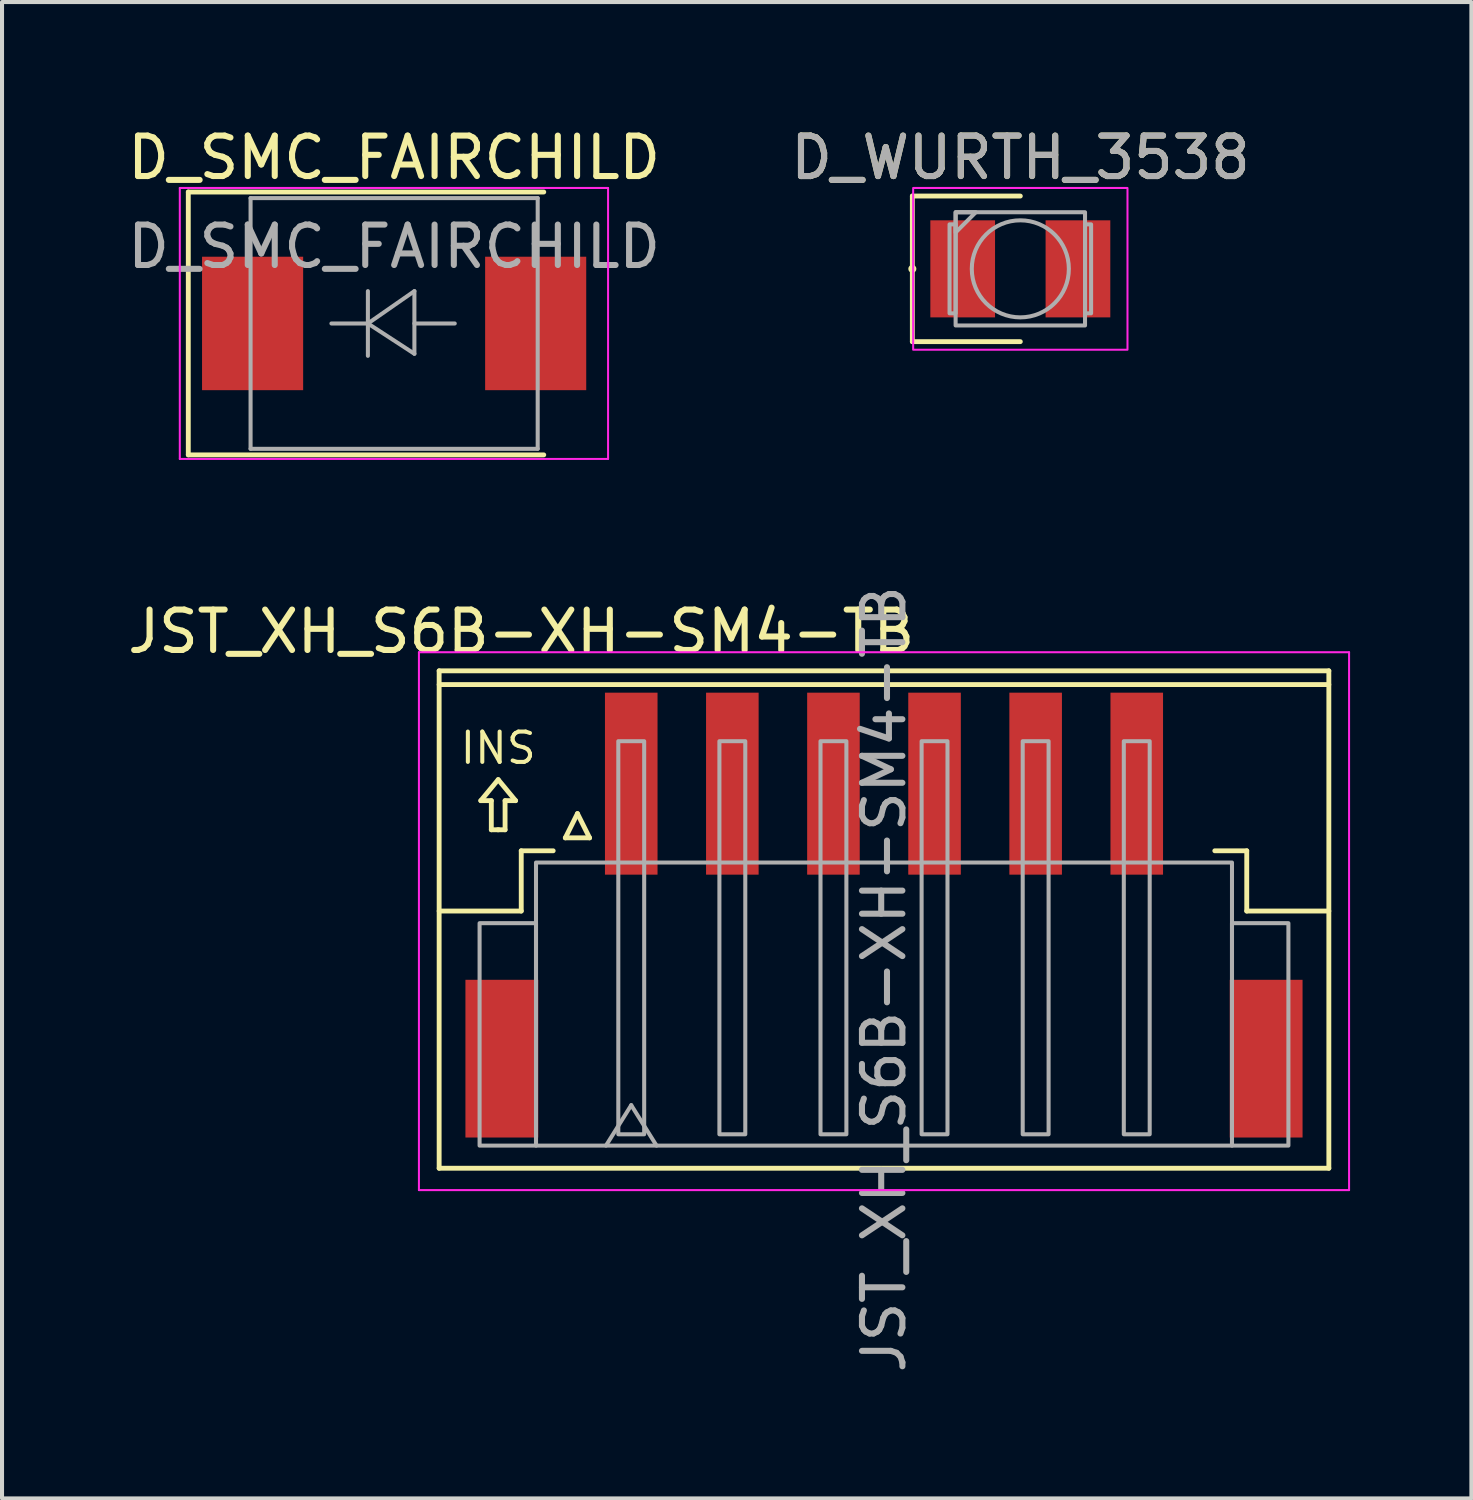
<source format=kicad_pcb>
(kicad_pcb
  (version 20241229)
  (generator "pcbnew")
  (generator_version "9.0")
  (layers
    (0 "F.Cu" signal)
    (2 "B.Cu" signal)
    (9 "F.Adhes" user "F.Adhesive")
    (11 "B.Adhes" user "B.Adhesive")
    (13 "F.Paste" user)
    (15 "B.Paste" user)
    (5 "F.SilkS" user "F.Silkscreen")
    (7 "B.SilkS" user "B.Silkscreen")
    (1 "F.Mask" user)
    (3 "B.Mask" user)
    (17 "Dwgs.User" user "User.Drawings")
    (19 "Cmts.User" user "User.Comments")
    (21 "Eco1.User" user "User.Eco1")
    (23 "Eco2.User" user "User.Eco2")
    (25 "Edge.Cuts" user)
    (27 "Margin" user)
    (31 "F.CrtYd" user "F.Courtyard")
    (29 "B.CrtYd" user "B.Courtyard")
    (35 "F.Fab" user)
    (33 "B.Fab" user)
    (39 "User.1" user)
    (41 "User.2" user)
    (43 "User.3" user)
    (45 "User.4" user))
  (footprint "JST_XH_S6B-XH-SM4-TB"
    (layer "F.Cu")
    (at 18.809 25.278)
    (property "Reference" "JST_XH_S6B-XH-SM4-TB" (at -8.97 -12.71 0) (layer "F.SilkS") (effects (font (size 1 1) (thickness 0.15))))
    (attr through_hole)
    (fp_line (start -11 -11.74) (end 11 -11.74) (stroke (width 0.12) (type solid)) (layer "F.SilkS"))
    (fp_line (start -11 -11.4) (end 11 -11.4) (stroke (width 0.12) (type solid)) (layer "F.SilkS"))
    (fp_line (start -11 -5.8) (end -8.97 -5.8) (stroke (width 0.12) (type solid)) (layer "F.SilkS"))
    (fp_line (start -11 0.56) (end -11 -11.74) (stroke (width 0.12) (type solid)) (layer "F.SilkS"))
    (fp_line (start -11 0.56) (end 11 0.56) (stroke (width 0.12) (type solid)) (layer "F.SilkS"))
    (fp_line (start -9.97 -8.53) (end -9.71 -8.53) (stroke (width 0.12) (type solid)) (layer "F.SilkS"))
    (fp_line (start -9.71 -8.53) (end -9.71 -7.81) (stroke (width 0.12) (type solid)) (layer "F.SilkS"))
    (fp_line (start -9.71 -7.81) (end -9.53 -7.81) (stroke (width 0.12) (type solid)) (layer "F.SilkS"))
    (fp_line (start -9.54 -9.05) (end -9.97 -8.53) (stroke (width 0.12) (type solid)) (layer "F.SilkS"))
    (fp_line (start -9.54 -9.05) (end -9.11 -8.53) (stroke (width 0.12) (type solid)) (layer "F.SilkS"))
    (fp_line (start -9.37 -8.53) (end -9.37 -7.81) (stroke (width 0.12) (type solid)) (layer "F.SilkS"))
    (fp_line (start -9.37 -7.81) (end -9.55 -7.81) (stroke (width 0.12) (type solid)) (layer "F.SilkS"))
    (fp_line (start -9.11 -8.53) (end -9.37 -8.53) (stroke (width 0.12) (type solid)) (layer "F.SilkS"))
    (fp_line (start -8.97 -7.29) (end -8.18 -7.29) (stroke (width 0.12) (type solid)) (layer "F.SilkS"))
    (fp_line (start -8.97 -5.8) (end -8.97 -7.29) (stroke (width 0.12) (type solid)) (layer "F.SilkS"))
    (fp_line (start -7.88 -7.61) (end -7.28 -7.61) (stroke (width 0.12) (type solid)) (layer "F.SilkS"))
    (fp_line (start -7.58 -8.21) (end -7.88 -7.61) (stroke (width 0.12) (type solid)) (layer "F.SilkS"))
    (fp_line (start -7.28 -7.61) (end -7.58 -8.21) (stroke (width 0.12) (type solid)) (layer "F.SilkS"))
    (fp_line (start 8.97 -7.29) (end 8.18 -7.29) (stroke (width 0.12) (type solid)) (layer "F.SilkS"))
    (fp_line (start 8.97 -5.8) (end 8.97 -7.29) (stroke (width 0.12) (type solid)) (layer "F.SilkS"))
    (fp_line (start 11 -5.8) (end 8.97 -5.8) (stroke (width 0.12) (type solid)) (layer "F.SilkS"))
    (fp_line (start 11 0.56) (end 11 -11.74) (stroke (width 0.12) (type solid)) (layer "F.SilkS"))
    (fp_line (start -11.5 -12.2) (end 11.5 -12.2) (stroke (width 0.05) (type solid)) (layer "F.CrtYd"))
    (fp_line (start -11.5 1.1) (end -11.5 -12.2) (stroke (width 0.05) (type solid)) (layer "F.CrtYd"))
    (fp_line (start 11.5 1.1) (end -11.5 1.1) (stroke (width 0.05) (type solid)) (layer "F.CrtYd"))
    (fp_line (start 11.5 1.1) (end 11.5 -12.2) (stroke (width 0.05) (type solid)) (layer "F.CrtYd"))
    (fp_line (start -6.875 0) (end -6.25 -1) (stroke (width 0.1) (type solid)) (layer "F.Fab"))
    (fp_line (start -6.25 -1) (end -5.625 0) (stroke (width 0.1) (type solid)) (layer "F.Fab"))
    (fp_rect (start -10 0) (end -8.605 -5.5) (stroke (width 0.1) (type solid)) (fill no) (layer "F.Fab"))
    (fp_rect (start -8.605 0) (end 8.605 -7) (stroke (width 0.1) (type solid)) (fill no) (layer "F.Fab"))
    (fp_rect (start -6.57 -0.28) (end -5.93 -10) (stroke (width 0.1) (type solid)) (fill no) (layer "F.Fab"))
    (fp_rect (start -4.07 -0.28) (end -3.43 -10) (stroke (width 0.1) (type solid)) (fill no) (layer "F.Fab"))
    (fp_rect (start -1.57 -0.28) (end -0.93 -10) (stroke (width 0.1) (type solid)) (fill no) (layer "F.Fab"))
    (fp_rect (start 0.93 -0.28) (end 1.57 -10) (stroke (width 0.1) (type solid)) (fill no) (layer "F.Fab"))
    (fp_rect (start 3.43 -0.28) (end 4.07 -10) (stroke (width 0.1) (type solid)) (fill no) (layer "F.Fab"))
    (fp_rect (start 5.93 -0.28) (end 6.57 -10) (stroke (width 0.1) (type solid)) (fill no) (layer "F.Fab"))
    (fp_rect (start 8.605 0) (end 10 -5.5) (stroke (width 0.1) (type solid)) (fill no) (layer "F.Fab"))
    (fp_text user "INS" (at -9.54 -9.83 0) (unlocked yes) (layer "F.SilkS") (effects (font (size 0.75 0.75) (thickness 0.1))))
    (fp_text user "${REFERENCE}" (at 0 -4.115 270) (layer "F.Fab") (effects (font (size 1 1) (thickness 0.15))))
    (pad "" smd rect (at -9.45 -2.15) (size 1.8 3.9) (layers "F.Cu" "F.Mask" "F.Paste"))
    (pad "" smd rect (at 9.45 -2.15) (size 1.8 3.9) (layers "F.Cu" "F.Mask" "F.Paste"))
    (pad "1" smd rect (at -6.25 -8.95) (size 1.3 4.5) (layers "F.Cu" "F.Mask" "F.Paste"))
    (pad "2" smd rect (at -3.75 -8.95) (size 1.3 4.5) (layers "F.Cu" "F.Mask" "F.Paste"))
    (pad "3" smd rect (at -1.25 -8.95) (size 1.3 4.5) (layers "F.Cu" "F.Mask" "F.Paste"))
    (pad "4" smd rect (at 1.25 -8.95) (size 1.3 4.5) (layers "F.Cu" "F.Mask" "F.Paste"))
    (pad "5" smd rect (at 3.75 -8.95) (size 1.3 4.5) (layers "F.Cu" "F.Mask" "F.Paste"))
    (pad "6" smd rect (at 6.25 -8.95) (size 1.3 4.5) (layers "F.Cu" "F.Mask" "F.Paste")))
  (footprint "D_SMC_FAIRCHILD"
    (layer "F.Cu")
    (at 6.696 4.948)
    (property "Reference" "D_SMC_FAIRCHILD" (at 0 -4.1 0) (layer "F.SilkS") (effects (font (size 1 1) (thickness 0.15))))
    (attr smd)
    (fp_line (start -5.09 -3.25) (end 3.7 -3.25) (stroke (width 0.12) (type solid)) (layer "F.SilkS"))
    (fp_line (start -5.09 3.25) (end -5.09 -3.25) (stroke (width 0.12) (type solid)) (layer "F.SilkS"))
    (fp_line (start -5.09 3.25) (end 3.7 3.25) (stroke (width 0.12) (type solid)) (layer "F.SilkS"))
    (fp_line (start -5.3 -3.35) (end 5.29 -3.35) (stroke (width 0.05) (type solid)) (layer "F.CrtYd"))
    (fp_line (start -5.3 3.35) (end -5.3 -3.35) (stroke (width 0.05) (type solid)) (layer "F.CrtYd"))
    (fp_line (start 5.29 -3.35) (end 5.29 3.35) (stroke (width 0.05) (type solid)) (layer "F.CrtYd"))
    (fp_line (start 5.29 3.35) (end -5.3 3.35) (stroke (width 0.05) (type solid)) (layer "F.CrtYd"))
    (fp_line (start -3.55 3.1) (end -3.55 -3.1) (stroke (width 0.1) (type solid)) (layer "F.Fab"))
    (fp_line (start -0.649 -0.799) (end -0.649 0.801) (stroke (width 0.1) (type solid)) (layer "F.Fab"))
    (fp_line (start -0.649 0.001) (end -1.551 0.001) (stroke (width 0.1) (type solid)) (layer "F.Fab"))
    (fp_line (start -0.649 0.001) (end 0.501 -0.799) (stroke (width 0.1) (type solid)) (layer "F.Fab"))
    (fp_line (start -0.649 0.001) (end 0.501 0.75) (stroke (width 0.1) (type solid)) (layer "F.Fab"))
    (fp_line (start 0.501 0.001) (end 1.499 0.001) (stroke (width 0.1) (type solid)) (layer "F.Fab"))
    (fp_line (start 0.501 0.75) (end 0.501 -0.799) (stroke (width 0.1) (type solid)) (layer "F.Fab"))
    (fp_line (start 3.55 -3.1) (end -3.55 -3.1) (stroke (width 0.1) (type solid)) (layer "F.Fab"))
    (fp_line (start 3.55 -3.1) (end 3.55 3.1) (stroke (width 0.1) (type solid)) (layer "F.Fab"))
    (fp_line (start 3.55 3.1) (end -3.55 3.1) (stroke (width 0.1) (type solid)) (layer "F.Fab"))
    (fp_text user "${REFERENCE}" (at 0 -1.9 0) (layer "F.Fab") (effects (font (size 1 1) (thickness 0.15))))
    (pad "1" smd rect (at -3.5 0 90) (size 3.3 2.5) (layers "F.Cu" "F.Mask" "F.Paste"))
    (pad "2" smd rect (at 3.5 0 90) (size 3.3 2.5) (layers "F.Cu" "F.Mask" "F.Paste")))
  (footprint "D_WURTH_3538"
    (layer "F.Cu")
    (at 22.18 3.598)
    (property "Reference" "D_WURTH_3538" (at 0.005 -2.75 0) (layer "F.SilkS") (effects (font (size 1 1) (thickness 0.15))))
    (attr smd)
    (fp_line (start -2.67 -1.8) (end 0 -1.8) (stroke (width 0.12) (type solid)) (layer "F.SilkS"))
    (fp_line (start -2.67 0) (end -2.67 -1.8) (stroke (width 0.12) (type solid)) (layer "F.SilkS"))
    (fp_line (start -2.67 0) (end -2.67 1.8) (stroke (width 0.12) (type solid)) (layer "F.SilkS"))
    (fp_line (start -2.67 1.8) (end 0 1.8) (stroke (width 0.12) (type solid)) (layer "F.SilkS"))
    (fp_circle (center -2.67 0) (end -2.62 0) (stroke (width 0.1) (type solid)) (fill no) (layer "F.SilkS"))
    (fp_rect (start -2.65 -2) (end 2.65 2) (stroke (width 0.05) (type solid)) (fill no) (layer "F.CrtYd"))
    (fp_rect (start -1.75 -1.1) (end -1.6 1.1) (stroke (width 0.1) (type solid)) (fill no) (layer "F.Fab"))
    (fp_rect (start -1.6 -1.4) (end 1.6 1.4) (stroke (width 0.1) (type solid)) (fill no) (layer "F.Fab"))
    (fp_rect (start 1.6 -1.1) (end 1.75 1.1) (stroke (width 0.1) (type solid)) (fill no) (layer "F.Fab"))
    (fp_circle (center 0 0) (end 1.2 0) (stroke (width 0.1) (type solid)) (fill no) (layer "F.Fab"))
    (fp_poly (pts (xy -1.6 -0.9) (xy -1.6 -1.4) (xy -1.1 -1.4)) (stroke (width 0.1) (type solid)) (fill no) (layer "F.Fab"))
    (fp_text user "${REFERENCE}" (at 0.005 -2.75 0) (layer "F.Fab") (effects (font (size 1 1) (thickness 0.15))))
    (pad "1" smd rect (at -1.425 0) (size 1.6 2.4) (layers "F.Cu" "F.Mask" "F.Paste"))
    (pad "2" smd rect (at 1.425 0) (size 1.6 2.4) (layers "F.Cu" "F.Mask" "F.Paste")))
  (gr_rect
    (start -3 -3)
    (end 33.334 34.002)
    (stroke (width 0.1) (type default))
    (fill no)
    (layer "Edge.Cuts")))
</source>
